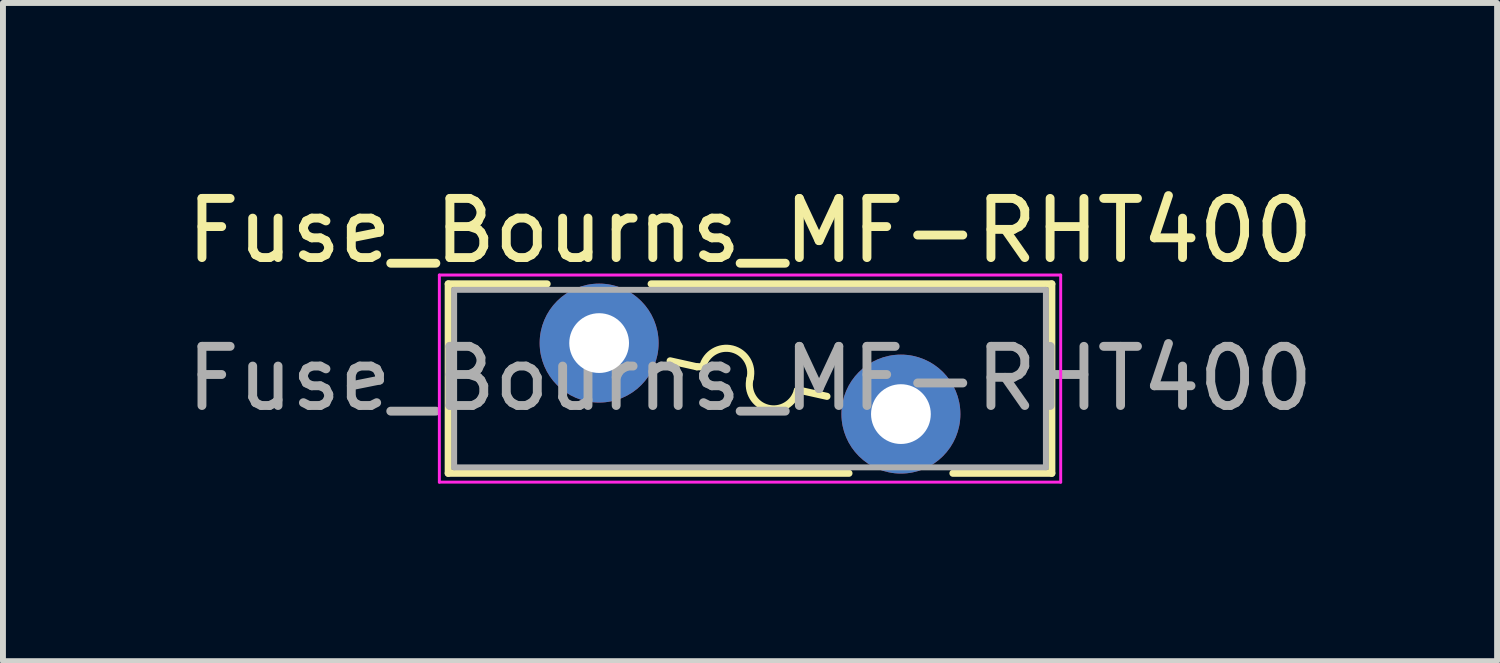
<source format=kicad_pcb>
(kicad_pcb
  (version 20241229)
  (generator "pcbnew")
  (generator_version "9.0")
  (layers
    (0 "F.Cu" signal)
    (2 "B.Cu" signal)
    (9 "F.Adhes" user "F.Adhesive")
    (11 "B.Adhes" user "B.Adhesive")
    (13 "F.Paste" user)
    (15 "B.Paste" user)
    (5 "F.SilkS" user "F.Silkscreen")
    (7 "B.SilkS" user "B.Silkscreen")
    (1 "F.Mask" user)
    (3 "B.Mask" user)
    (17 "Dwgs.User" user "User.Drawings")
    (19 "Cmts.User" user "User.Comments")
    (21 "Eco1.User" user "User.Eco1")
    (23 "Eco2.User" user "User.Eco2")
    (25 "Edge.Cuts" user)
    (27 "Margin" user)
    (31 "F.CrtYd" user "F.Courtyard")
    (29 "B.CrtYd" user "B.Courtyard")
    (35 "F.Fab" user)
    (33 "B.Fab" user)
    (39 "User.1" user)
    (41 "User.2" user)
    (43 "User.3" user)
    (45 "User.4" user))
  (footprint "Fuse_Bourns_MF-RHT400"
    (layer "F.Cu")
    (at 7.075 2.748)
    (property "Reference" "Fuse_Bourns_MF-RHT400" (at 2.55 -1.9 0) (layer "F.SilkS") (effects (font (size 1 1) (thickness 0.15))))
    (fp_line (start -2.55 -1) (end -2.55 2.2) (stroke (width 0.12) (type solid)) (layer "F.SilkS"))
    (fp_line (start -2.55 -1) (end -0.879 -1) (stroke (width 0.12) (type solid)) (layer "F.SilkS"))
    (fp_line (start -2.55 2.2) (end 4.222 2.2) (stroke (width 0.12) (type solid)) (layer "F.SilkS"))
    (fp_line (start 0.879 -1) (end 7.65 -1) (stroke (width 0.12) (type solid)) (layer "F.SilkS"))
    (fp_line (start 1.2 0.3) (end 1.65 0.4) (stroke (width 0.12) (type solid)) (layer "F.SilkS"))
    (fp_line (start 1.75 0.4) (end 1.65 0.4) (stroke (width 0.12) (type solid)) (layer "F.SilkS"))
    (fp_line (start 3.35 0.8) (end 3.4 0.8) (stroke (width 0.12) (type solid)) (layer "F.SilkS"))
    (fp_line (start 3.4 0.8) (end 3.85 0.9) (stroke (width 0.12) (type solid)) (layer "F.SilkS"))
    (fp_line (start 5.979 2.2) (end 7.65 2.2) (stroke (width 0.12) (type solid)) (layer "F.SilkS"))
    (fp_line (start 7.65 -1) (end 7.65 2.2) (stroke (width 0.12) (type solid)) (layer "F.SilkS"))
    (fp_arc (start 1.750001 0.400001) (mid 2.249999 0.100001) (end 2.549999 0.599999) (stroke (width 0.12) (type solid)) (layer "F.SilkS"))
    (fp_arc (start 3.349999 0.799999) (mid 2.850001 1.099999) (end 2.550001 0.600001) (stroke (width 0.12) (type solid)) (layer "F.SilkS"))
    (fp_line (start -2.7 -1.15) (end -2.7 2.35) (stroke (width 0.05) (type solid)) (layer "F.CrtYd"))
    (fp_line (start -2.7 2.35) (end 7.8 2.35) (stroke (width 0.05) (type solid)) (layer "F.CrtYd"))
    (fp_line (start 7.8 -1.15) (end -2.7 -1.15) (stroke (width 0.05) (type solid)) (layer "F.CrtYd"))
    (fp_line (start 7.8 2.35) (end 7.8 -1.15) (stroke (width 0.05) (type solid)) (layer "F.CrtYd"))
    (fp_line (start -2.45 -0.9) (end -2.45 2.1) (stroke (width 0.1) (type solid)) (layer "F.Fab"))
    (fp_line (start -2.45 2.1) (end 7.55 2.1) (stroke (width 0.1) (type solid)) (layer "F.Fab"))
    (fp_line (start 7.55 -0.9) (end -2.45 -0.9) (stroke (width 0.1) (type solid)) (layer "F.Fab"))
    (fp_line (start 7.55 2.1) (end 7.55 -0.9) (stroke (width 0.1) (type solid)) (layer "F.Fab"))
    (fp_text user "${REFERENCE}" (at 2.55 0.6 0) (layer "F.Fab") (effects (font (size 1 1) (thickness 0.15))))
    (pad "1" thru_hole circle (at 0 0) (size 2.01 2.01) (drill 1.01) (layers "*.Cu" "*.Mask"))
    (pad "2" thru_hole circle (at 5.1 1.2) (size 2.01 2.01) (drill 1.01) (layers "*.Cu" "*.Mask")))
  (gr_rect
    (start -3 -3)
    (end 22.25 8.123)
    (stroke (width 0.1) (type default))
    (fill no)
    (layer "Edge.Cuts")))
</source>
